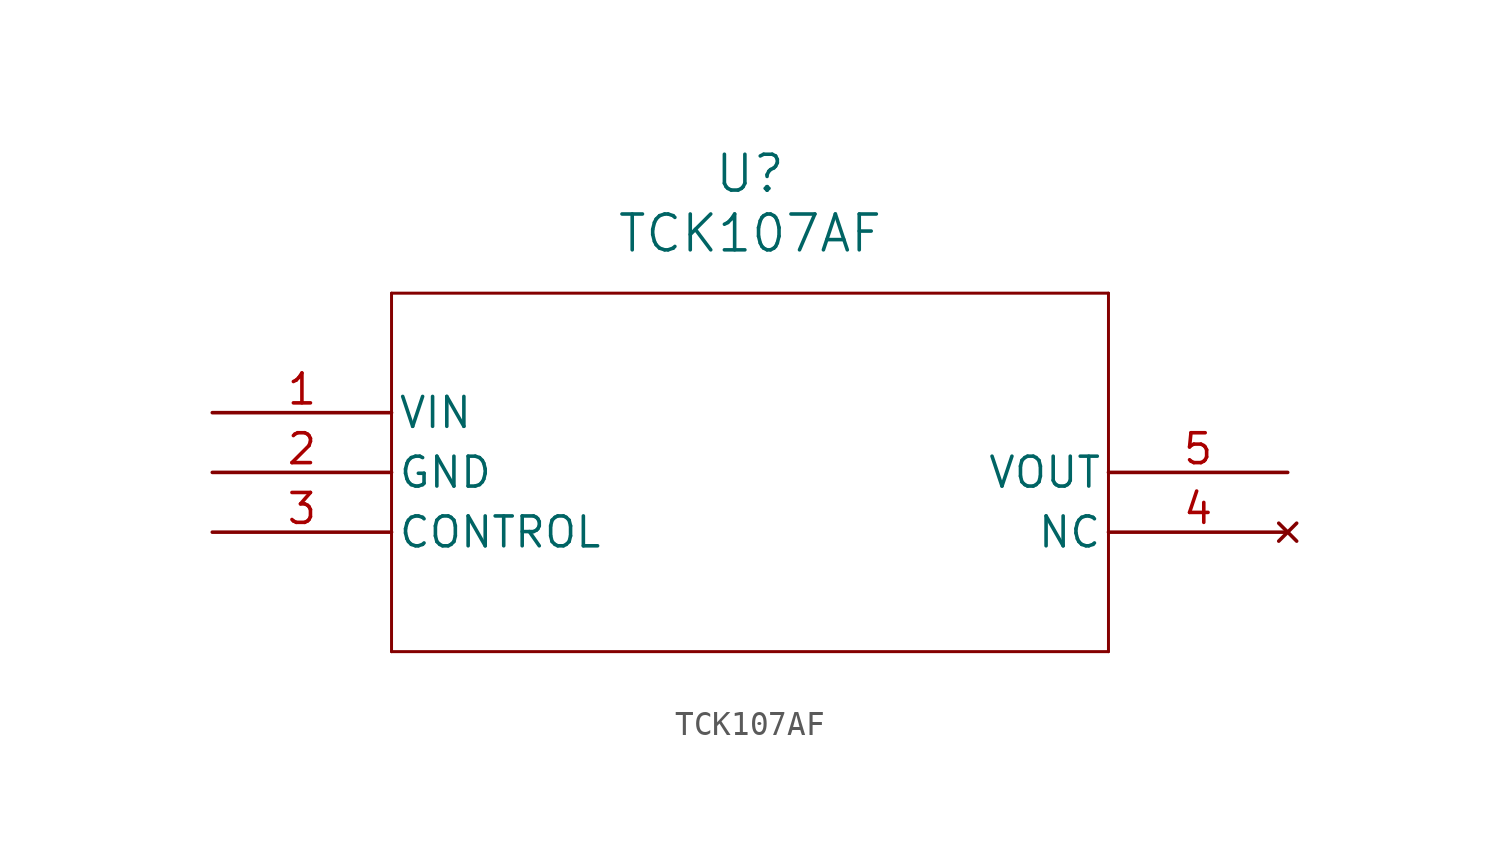
<source format=kicad_sym>
(kicad_symbol_lib
  (version 20211014)
  (generator kicad_symbol_editor)
  (symbol "TCK107AF"
    (pin_names
      (offset 0.254))
    (property "Reference" "U"
      (at 22.86 10.16 0)
      (effects (font (size 1.524 1.524))))
    (property "Value" "TCK107AF"
      (at 22.86 7.62 0)
      (effects (font (size 1.524 1.524))))
    (symbol "TCK107AF_0_1"
      (polyline (pts (xy 7.62 5.08) (xy 7.62 -10.16)) (stroke (width 0.127) (type default) (color 0 0 0 0)) (fill (type none)))
      (polyline (pts (xy 7.62 -10.16) (xy 38.1 -10.16)) (stroke (width 0.127) (type default) (color 0 0 0 0)) (fill (type none)))
      (polyline (pts (xy 38.1 -10.16) (xy 38.1 5.08)) (stroke (width 0.127) (type default) (color 0 0 0 0)) (fill (type none)))
      (polyline (pts (xy 38.1 5.08) (xy 7.62 5.08)) (stroke (width 0.127) (type default) (color 0 0 0 0)) (fill (type none)))
      (pin input line (at 0 0 0) (length 7.62) (name "VIN" (effects (font (size 1.27 1.27)))) (number "1" (effects (font (size 1.27 1.27)))))
      (pin power_out line (at 0 -2.54 0) (length 7.62) (name "GND" (effects (font (size 1.27 1.27)))) (number "2" (effects (font (size 1.27 1.27)))))
      (pin input line (at 0 -5.08 0) (length 7.62) (name "CONTROL" (effects (font (size 1.27 1.27)))) (number "3" (effects (font (size 1.27 1.27)))))
      (pin no_connect line (at 45.72 -5.08 180) (length 7.62) (name "NC" (effects (font (size 1.27 1.27)))) (number "4" (effects (font (size 1.27 1.27)))))
      (pin output line (at 45.72 -2.54 180) (length 7.62) (name "VOUT" (effects (font (size 1.27 1.27)))) (number "5" (effects (font (size 1.27 1.27))))))))
</source>
